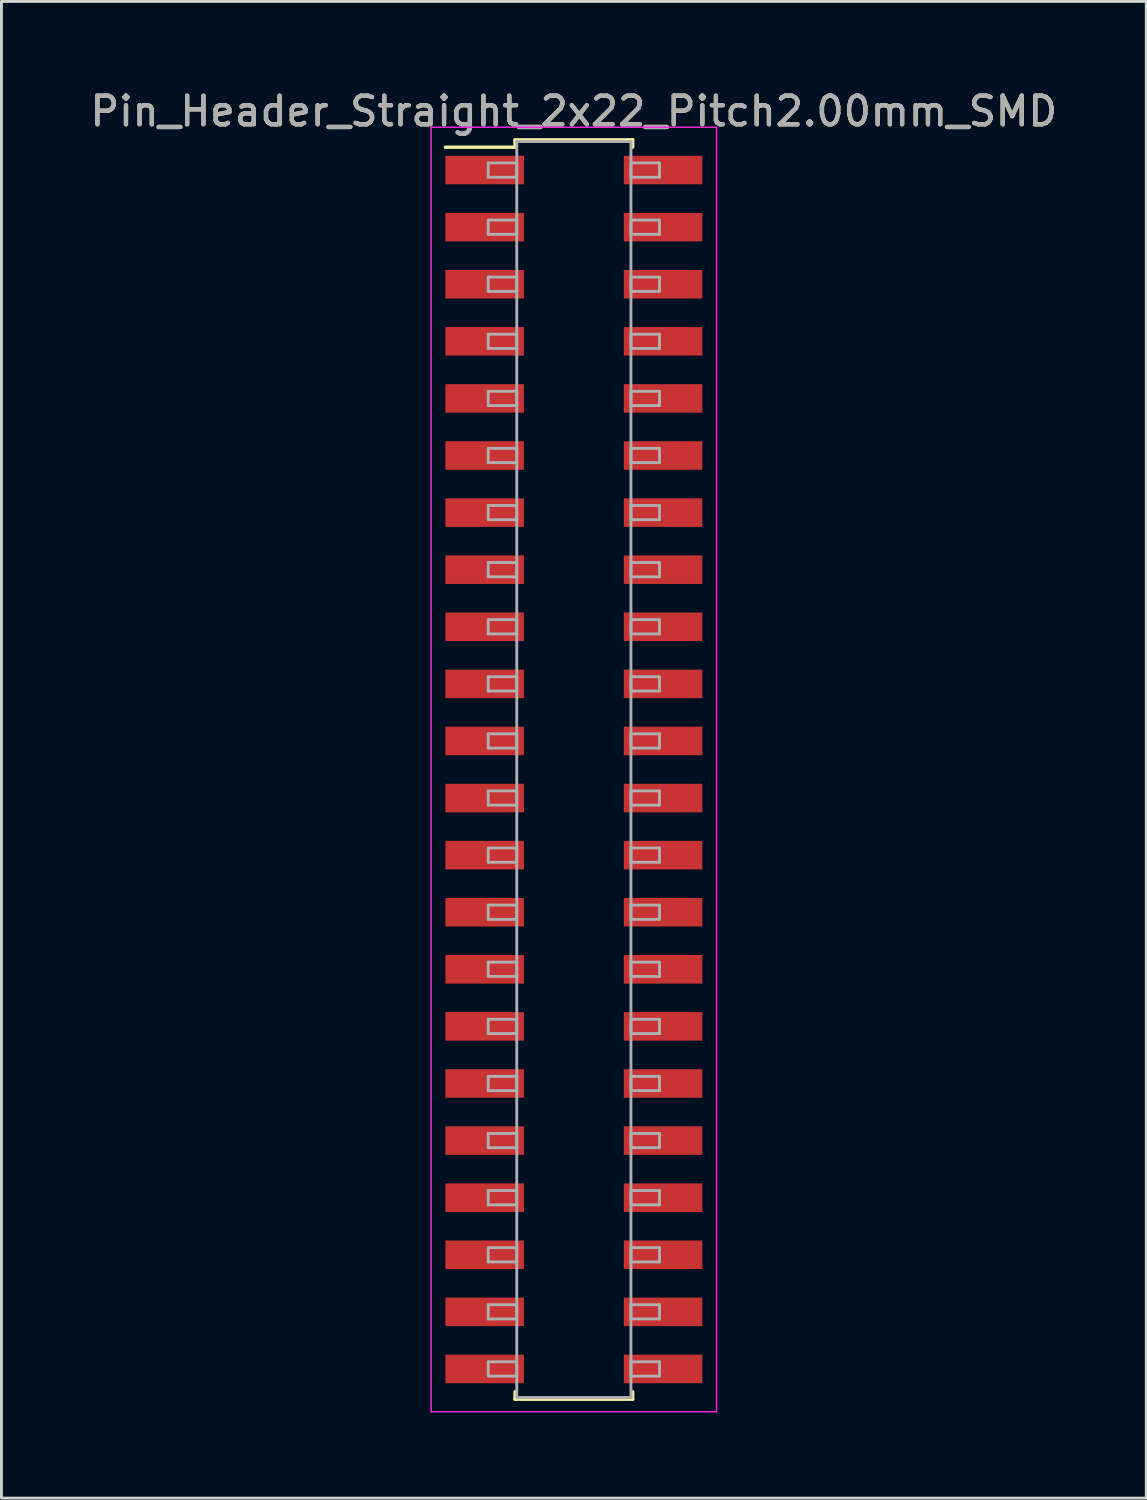
<source format=kicad_pcb>
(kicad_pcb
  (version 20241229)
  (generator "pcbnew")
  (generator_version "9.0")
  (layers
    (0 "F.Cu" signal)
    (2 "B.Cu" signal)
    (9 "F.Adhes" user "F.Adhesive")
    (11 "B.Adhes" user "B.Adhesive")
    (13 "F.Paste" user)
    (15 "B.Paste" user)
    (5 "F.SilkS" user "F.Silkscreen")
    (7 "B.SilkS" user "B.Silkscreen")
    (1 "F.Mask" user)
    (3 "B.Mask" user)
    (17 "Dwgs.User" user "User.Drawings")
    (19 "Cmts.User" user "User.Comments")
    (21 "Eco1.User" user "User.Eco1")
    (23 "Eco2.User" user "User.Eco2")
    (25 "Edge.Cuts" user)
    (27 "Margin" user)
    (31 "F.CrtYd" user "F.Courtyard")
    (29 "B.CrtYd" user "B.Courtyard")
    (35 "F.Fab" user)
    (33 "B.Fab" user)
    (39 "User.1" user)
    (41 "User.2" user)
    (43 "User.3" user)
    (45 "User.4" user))
  (footprint "Pin_Header_Straight_2x22_Pitch2.00mm_SMD"
    (layer "F.Cu")
    (at 17.054 23.908)
    (property "Reference" "Pin_Header_Straight_2x22_Pitch2.00mm_SMD" (at 0 -23.06 0) (layer "F.SilkS") (effects (font (size 1 1) (thickness 0.15))))
    (attr smd)
    (fp_line (start -4.5 -21.8) (end -2.06 -21.8) (stroke (width 0.12) (type solid)) (layer "F.SilkS"))
    (fp_line (start -2.06 -22.06) (end 2.06 -22.06) (stroke (width 0.12) (type solid)) (layer "F.SilkS"))
    (fp_line (start -2.06 -21.8) (end -2.06 -22.06) (stroke (width 0.12) (type solid)) (layer "F.SilkS"))
    (fp_line (start -2.06 21.8) (end -2.06 22.06) (stroke (width 0.12) (type solid)) (layer "F.SilkS"))
    (fp_line (start -2.06 22.06) (end 2.06 22.06) (stroke (width 0.12) (type solid)) (layer "F.SilkS"))
    (fp_line (start 2.06 -22.06) (end 2.06 -21.8) (stroke (width 0.12) (type solid)) (layer "F.SilkS"))
    (fp_line (start 2.06 22.06) (end 2.06 21.8) (stroke (width 0.12) (type solid)) (layer "F.SilkS"))
    (fp_line (start -5 -22.5) (end -5 22.5) (stroke (width 0.05) (type solid)) (layer "F.CrtYd"))
    (fp_line (start -5 22.5) (end 5 22.5) (stroke (width 0.05) (type solid)) (layer "F.CrtYd"))
    (fp_line (start 5 -22.5) (end -5 -22.5) (stroke (width 0.05) (type solid)) (layer "F.CrtYd"))
    (fp_line (start 5 22.5) (end 5 -22.5) (stroke (width 0.05) (type solid)) (layer "F.CrtYd"))
    (fp_line (start -3 -21.25) (end -2 -21.25) (stroke (width 0.1) (type solid)) (layer "F.Fab"))
    (fp_line (start -3 -20.75) (end -3 -21.25) (stroke (width 0.1) (type solid)) (layer "F.Fab"))
    (fp_line (start -3 -19.25) (end -2 -19.25) (stroke (width 0.1) (type solid)) (layer "F.Fab"))
    (fp_line (start -3 -18.75) (end -3 -19.25) (stroke (width 0.1) (type solid)) (layer "F.Fab"))
    (fp_line (start -3 -17.25) (end -2 -17.25) (stroke (width 0.1) (type solid)) (layer "F.Fab"))
    (fp_line (start -3 -16.75) (end -3 -17.25) (stroke (width 0.1) (type solid)) (layer "F.Fab"))
    (fp_line (start -3 -15.25) (end -2 -15.25) (stroke (width 0.1) (type solid)) (layer "F.Fab"))
    (fp_line (start -3 -14.75) (end -3 -15.25) (stroke (width 0.1) (type solid)) (layer "F.Fab"))
    (fp_line (start -3 -13.25) (end -2 -13.25) (stroke (width 0.1) (type solid)) (layer "F.Fab"))
    (fp_line (start -3 -12.75) (end -3 -13.25) (stroke (width 0.1) (type solid)) (layer "F.Fab"))
    (fp_line (start -3 -11.25) (end -2 -11.25) (stroke (width 0.1) (type solid)) (layer "F.Fab"))
    (fp_line (start -3 -10.75) (end -3 -11.25) (stroke (width 0.1) (type solid)) (layer "F.Fab"))
    (fp_line (start -3 -9.25) (end -2 -9.25) (stroke (width 0.1) (type solid)) (layer "F.Fab"))
    (fp_line (start -3 -8.75) (end -3 -9.25) (stroke (width 0.1) (type solid)) (layer "F.Fab"))
    (fp_line (start -3 -7.25) (end -2 -7.25) (stroke (width 0.1) (type solid)) (layer "F.Fab"))
    (fp_line (start -3 -6.75) (end -3 -7.25) (stroke (width 0.1) (type solid)) (layer "F.Fab"))
    (fp_line (start -3 -5.25) (end -2 -5.25) (stroke (width 0.1) (type solid)) (layer "F.Fab"))
    (fp_line (start -3 -4.75) (end -3 -5.25) (stroke (width 0.1) (type solid)) (layer "F.Fab"))
    (fp_line (start -3 -3.25) (end -2 -3.25) (stroke (width 0.1) (type solid)) (layer "F.Fab"))
    (fp_line (start -3 -2.75) (end -3 -3.25) (stroke (width 0.1) (type solid)) (layer "F.Fab"))
    (fp_line (start -3 -1.25) (end -2 -1.25) (stroke (width 0.1) (type solid)) (layer "F.Fab"))
    (fp_line (start -3 -0.75) (end -3 -1.25) (stroke (width 0.1) (type solid)) (layer "F.Fab"))
    (fp_line (start -3 0.75) (end -2 0.75) (stroke (width 0.1) (type solid)) (layer "F.Fab"))
    (fp_line (start -3 1.25) (end -3 0.75) (stroke (width 0.1) (type solid)) (layer "F.Fab"))
    (fp_line (start -3 2.75) (end -2 2.75) (stroke (width 0.1) (type solid)) (layer "F.Fab"))
    (fp_line (start -3 3.25) (end -3 2.75) (stroke (width 0.1) (type solid)) (layer "F.Fab"))
    (fp_line (start -3 4.75) (end -2 4.75) (stroke (width 0.1) (type solid)) (layer "F.Fab"))
    (fp_line (start -3 5.25) (end -3 4.75) (stroke (width 0.1) (type solid)) (layer "F.Fab"))
    (fp_line (start -3 6.75) (end -2 6.75) (stroke (width 0.1) (type solid)) (layer "F.Fab"))
    (fp_line (start -3 7.25) (end -3 6.75) (stroke (width 0.1) (type solid)) (layer "F.Fab"))
    (fp_line (start -3 8.75) (end -2 8.75) (stroke (width 0.1) (type solid)) (layer "F.Fab"))
    (fp_line (start -3 9.25) (end -3 8.75) (stroke (width 0.1) (type solid)) (layer "F.Fab"))
    (fp_line (start -3 10.75) (end -2 10.75) (stroke (width 0.1) (type solid)) (layer "F.Fab"))
    (fp_line (start -3 11.25) (end -3 10.75) (stroke (width 0.1) (type solid)) (layer "F.Fab"))
    (fp_line (start -3 12.75) (end -2 12.75) (stroke (width 0.1) (type solid)) (layer "F.Fab"))
    (fp_line (start -3 13.25) (end -3 12.75) (stroke (width 0.1) (type solid)) (layer "F.Fab"))
    (fp_line (start -3 14.75) (end -2 14.75) (stroke (width 0.1) (type solid)) (layer "F.Fab"))
    (fp_line (start -3 15.25) (end -3 14.75) (stroke (width 0.1) (type solid)) (layer "F.Fab"))
    (fp_line (start -3 16.75) (end -2 16.75) (stroke (width 0.1) (type solid)) (layer "F.Fab"))
    (fp_line (start -3 17.25) (end -3 16.75) (stroke (width 0.1) (type solid)) (layer "F.Fab"))
    (fp_line (start -3 18.75) (end -2 18.75) (stroke (width 0.1) (type solid)) (layer "F.Fab"))
    (fp_line (start -3 19.25) (end -3 18.75) (stroke (width 0.1) (type solid)) (layer "F.Fab"))
    (fp_line (start -3 20.75) (end -2 20.75) (stroke (width 0.1) (type solid)) (layer "F.Fab"))
    (fp_line (start -3 21.25) (end -3 20.75) (stroke (width 0.1) (type solid)) (layer "F.Fab"))
    (fp_line (start -2 -22) (end -2 22) (stroke (width 0.1) (type solid)) (layer "F.Fab"))
    (fp_line (start -2 -21.25) (end -2 -20.75) (stroke (width 0.1) (type solid)) (layer "F.Fab"))
    (fp_line (start -2 -20.75) (end -3 -20.75) (stroke (width 0.1) (type solid)) (layer "F.Fab"))
    (fp_line (start -2 -19.25) (end -2 -18.75) (stroke (width 0.1) (type solid)) (layer "F.Fab"))
    (fp_line (start -2 -18.75) (end -3 -18.75) (stroke (width 0.1) (type solid)) (layer "F.Fab"))
    (fp_line (start -2 -17.25) (end -2 -16.75) (stroke (width 0.1) (type solid)) (layer "F.Fab"))
    (fp_line (start -2 -16.75) (end -3 -16.75) (stroke (width 0.1) (type solid)) (layer "F.Fab"))
    (fp_line (start -2 -15.25) (end -2 -14.75) (stroke (width 0.1) (type solid)) (layer "F.Fab"))
    (fp_line (start -2 -14.75) (end -3 -14.75) (stroke (width 0.1) (type solid)) (layer "F.Fab"))
    (fp_line (start -2 -13.25) (end -2 -12.75) (stroke (width 0.1) (type solid)) (layer "F.Fab"))
    (fp_line (start -2 -12.75) (end -3 -12.75) (stroke (width 0.1) (type solid)) (layer "F.Fab"))
    (fp_line (start -2 -11.25) (end -2 -10.75) (stroke (width 0.1) (type solid)) (layer "F.Fab"))
    (fp_line (start -2 -10.75) (end -3 -10.75) (stroke (width 0.1) (type solid)) (layer "F.Fab"))
    (fp_line (start -2 -9.25) (end -2 -8.75) (stroke (width 0.1) (type solid)) (layer "F.Fab"))
    (fp_line (start -2 -8.75) (end -3 -8.75) (stroke (width 0.1) (type solid)) (layer "F.Fab"))
    (fp_line (start -2 -7.25) (end -2 -6.75) (stroke (width 0.1) (type solid)) (layer "F.Fab"))
    (fp_line (start -2 -6.75) (end -3 -6.75) (stroke (width 0.1) (type solid)) (layer "F.Fab"))
    (fp_line (start -2 -5.25) (end -2 -4.75) (stroke (width 0.1) (type solid)) (layer "F.Fab"))
    (fp_line (start -2 -4.75) (end -3 -4.75) (stroke (width 0.1) (type solid)) (layer "F.Fab"))
    (fp_line (start -2 -3.25) (end -2 -2.75) (stroke (width 0.1) (type solid)) (layer "F.Fab"))
    (fp_line (start -2 -2.75) (end -3 -2.75) (stroke (width 0.1) (type solid)) (layer "F.Fab"))
    (fp_line (start -2 -1.25) (end -2 -0.75) (stroke (width 0.1) (type solid)) (layer "F.Fab"))
    (fp_line (start -2 -0.75) (end -3 -0.75) (stroke (width 0.1) (type solid)) (layer "F.Fab"))
    (fp_line (start -2 0.75) (end -2 1.25) (stroke (width 0.1) (type solid)) (layer "F.Fab"))
    (fp_line (start -2 1.25) (end -3 1.25) (stroke (width 0.1) (type solid)) (layer "F.Fab"))
    (fp_line (start -2 2.75) (end -2 3.25) (stroke (width 0.1) (type solid)) (layer "F.Fab"))
    (fp_line (start -2 3.25) (end -3 3.25) (stroke (width 0.1) (type solid)) (layer "F.Fab"))
    (fp_line (start -2 4.75) (end -2 5.25) (stroke (width 0.1) (type solid)) (layer "F.Fab"))
    (fp_line (start -2 5.25) (end -3 5.25) (stroke (width 0.1) (type solid)) (layer "F.Fab"))
    (fp_line (start -2 6.75) (end -2 7.25) (stroke (width 0.1) (type solid)) (layer "F.Fab"))
    (fp_line (start -2 7.25) (end -3 7.25) (stroke (width 0.1) (type solid)) (layer "F.Fab"))
    (fp_line (start -2 8.75) (end -2 9.25) (stroke (width 0.1) (type solid)) (layer "F.Fab"))
    (fp_line (start -2 9.25) (end -3 9.25) (stroke (width 0.1) (type solid)) (layer "F.Fab"))
    (fp_line (start -2 10.75) (end -2 11.25) (stroke (width 0.1) (type solid)) (layer "F.Fab"))
    (fp_line (start -2 11.25) (end -3 11.25) (stroke (width 0.1) (type solid)) (layer "F.Fab"))
    (fp_line (start -2 12.75) (end -2 13.25) (stroke (width 0.1) (type solid)) (layer "F.Fab"))
    (fp_line (start -2 13.25) (end -3 13.25) (stroke (width 0.1) (type solid)) (layer "F.Fab"))
    (fp_line (start -2 14.75) (end -2 15.25) (stroke (width 0.1) (type solid)) (layer "F.Fab"))
    (fp_line (start -2 15.25) (end -3 15.25) (stroke (width 0.1) (type solid)) (layer "F.Fab"))
    (fp_line (start -2 16.75) (end -2 17.25) (stroke (width 0.1) (type solid)) (layer "F.Fab"))
    (fp_line (start -2 17.25) (end -3 17.25) (stroke (width 0.1) (type solid)) (layer "F.Fab"))
    (fp_line (start -2 18.75) (end -2 19.25) (stroke (width 0.1) (type solid)) (layer "F.Fab"))
    (fp_line (start -2 19.25) (end -3 19.25) (stroke (width 0.1) (type solid)) (layer "F.Fab"))
    (fp_line (start -2 20.75) (end -2 21.25) (stroke (width 0.1) (type solid)) (layer "F.Fab"))
    (fp_line (start -2 21.25) (end -3 21.25) (stroke (width 0.1) (type solid)) (layer "F.Fab"))
    (fp_line (start -2 22) (end 2 22) (stroke (width 0.1) (type solid)) (layer "F.Fab"))
    (fp_line (start 2 -22) (end -2 -22) (stroke (width 0.1) (type solid)) (layer "F.Fab"))
    (fp_line (start 2 -21.25) (end 2 -20.75) (stroke (width 0.1) (type solid)) (layer "F.Fab"))
    (fp_line (start 2 -20.75) (end 3 -20.75) (stroke (width 0.1) (type solid)) (layer "F.Fab"))
    (fp_line (start 2 -19.25) (end 2 -18.75) (stroke (width 0.1) (type solid)) (layer "F.Fab"))
    (fp_line (start 2 -18.75) (end 3 -18.75) (stroke (width 0.1) (type solid)) (layer "F.Fab"))
    (fp_line (start 2 -17.25) (end 2 -16.75) (stroke (width 0.1) (type solid)) (layer "F.Fab"))
    (fp_line (start 2 -16.75) (end 3 -16.75) (stroke (width 0.1) (type solid)) (layer "F.Fab"))
    (fp_line (start 2 -15.25) (end 2 -14.75) (stroke (width 0.1) (type solid)) (layer "F.Fab"))
    (fp_line (start 2 -14.75) (end 3 -14.75) (stroke (width 0.1) (type solid)) (layer "F.Fab"))
    (fp_line (start 2 -13.25) (end 2 -12.75) (stroke (width 0.1) (type solid)) (layer "F.Fab"))
    (fp_line (start 2 -12.75) (end 3 -12.75) (stroke (width 0.1) (type solid)) (layer "F.Fab"))
    (fp_line (start 2 -11.25) (end 2 -10.75) (stroke (width 0.1) (type solid)) (layer "F.Fab"))
    (fp_line (start 2 -10.75) (end 3 -10.75) (stroke (width 0.1) (type solid)) (layer "F.Fab"))
    (fp_line (start 2 -9.25) (end 2 -8.75) (stroke (width 0.1) (type solid)) (layer "F.Fab"))
    (fp_line (start 2 -8.75) (end 3 -8.75) (stroke (width 0.1) (type solid)) (layer "F.Fab"))
    (fp_line (start 2 -7.25) (end 2 -6.75) (stroke (width 0.1) (type solid)) (layer "F.Fab"))
    (fp_line (start 2 -6.75) (end 3 -6.75) (stroke (width 0.1) (type solid)) (layer "F.Fab"))
    (fp_line (start 2 -5.25) (end 2 -4.75) (stroke (width 0.1) (type solid)) (layer "F.Fab"))
    (fp_line (start 2 -4.75) (end 3 -4.75) (stroke (width 0.1) (type solid)) (layer "F.Fab"))
    (fp_line (start 2 -3.25) (end 2 -2.75) (stroke (width 0.1) (type solid)) (layer "F.Fab"))
    (fp_line (start 2 -2.75) (end 3 -2.75) (stroke (width 0.1) (type solid)) (layer "F.Fab"))
    (fp_line (start 2 -1.25) (end 2 -0.75) (stroke (width 0.1) (type solid)) (layer "F.Fab"))
    (fp_line (start 2 -0.75) (end 3 -0.75) (stroke (width 0.1) (type solid)) (layer "F.Fab"))
    (fp_line (start 2 0.75) (end 2 1.25) (stroke (width 0.1) (type solid)) (layer "F.Fab"))
    (fp_line (start 2 1.25) (end 3 1.25) (stroke (width 0.1) (type solid)) (layer "F.Fab"))
    (fp_line (start 2 2.75) (end 2 3.25) (stroke (width 0.1) (type solid)) (layer "F.Fab"))
    (fp_line (start 2 3.25) (end 3 3.25) (stroke (width 0.1) (type solid)) (layer "F.Fab"))
    (fp_line (start 2 4.75) (end 2 5.25) (stroke (width 0.1) (type solid)) (layer "F.Fab"))
    (fp_line (start 2 5.25) (end 3 5.25) (stroke (width 0.1) (type solid)) (layer "F.Fab"))
    (fp_line (start 2 6.75) (end 2 7.25) (stroke (width 0.1) (type solid)) (layer "F.Fab"))
    (fp_line (start 2 7.25) (end 3 7.25) (stroke (width 0.1) (type solid)) (layer "F.Fab"))
    (fp_line (start 2 8.75) (end 2 9.25) (stroke (width 0.1) (type solid)) (layer "F.Fab"))
    (fp_line (start 2 9.25) (end 3 9.25) (stroke (width 0.1) (type solid)) (layer "F.Fab"))
    (fp_line (start 2 10.75) (end 2 11.25) (stroke (width 0.1) (type solid)) (layer "F.Fab"))
    (fp_line (start 2 11.25) (end 3 11.25) (stroke (width 0.1) (type solid)) (layer "F.Fab"))
    (fp_line (start 2 12.75) (end 2 13.25) (stroke (width 0.1) (type solid)) (layer "F.Fab"))
    (fp_line (start 2 13.25) (end 3 13.25) (stroke (width 0.1) (type solid)) (layer "F.Fab"))
    (fp_line (start 2 14.75) (end 2 15.25) (stroke (width 0.1) (type solid)) (layer "F.Fab"))
    (fp_line (start 2 15.25) (end 3 15.25) (stroke (width 0.1) (type solid)) (layer "F.Fab"))
    (fp_line (start 2 16.75) (end 2 17.25) (stroke (width 0.1) (type solid)) (layer "F.Fab"))
    (fp_line (start 2 17.25) (end 3 17.25) (stroke (width 0.1) (type solid)) (layer "F.Fab"))
    (fp_line (start 2 18.75) (end 2 19.25) (stroke (width 0.1) (type solid)) (layer "F.Fab"))
    (fp_line (start 2 19.25) (end 3 19.25) (stroke (width 0.1) (type solid)) (layer "F.Fab"))
    (fp_line (start 2 20.75) (end 2 21.25) (stroke (width 0.1) (type solid)) (layer "F.Fab"))
    (fp_line (start 2 21.25) (end 3 21.25) (stroke (width 0.1) (type solid)) (layer "F.Fab"))
    (fp_line (start 2 22) (end 2 -22) (stroke (width 0.1) (type solid)) (layer "F.Fab"))
    (fp_line (start 3 -21.25) (end 2 -21.25) (stroke (width 0.1) (type solid)) (layer "F.Fab"))
    (fp_line (start 3 -20.75) (end 3 -21.25) (stroke (width 0.1) (type solid)) (layer "F.Fab"))
    (fp_line (start 3 -19.25) (end 2 -19.25) (stroke (width 0.1) (type solid)) (layer "F.Fab"))
    (fp_line (start 3 -18.75) (end 3 -19.25) (stroke (width 0.1) (type solid)) (layer "F.Fab"))
    (fp_line (start 3 -17.25) (end 2 -17.25) (stroke (width 0.1) (type solid)) (layer "F.Fab"))
    (fp_line (start 3 -16.75) (end 3 -17.25) (stroke (width 0.1) (type solid)) (layer "F.Fab"))
    (fp_line (start 3 -15.25) (end 2 -15.25) (stroke (width 0.1) (type solid)) (layer "F.Fab"))
    (fp_line (start 3 -14.75) (end 3 -15.25) (stroke (width 0.1) (type solid)) (layer "F.Fab"))
    (fp_line (start 3 -13.25) (end 2 -13.25) (stroke (width 0.1) (type solid)) (layer "F.Fab"))
    (fp_line (start 3 -12.75) (end 3 -13.25) (stroke (width 0.1) (type solid)) (layer "F.Fab"))
    (fp_line (start 3 -11.25) (end 2 -11.25) (stroke (width 0.1) (type solid)) (layer "F.Fab"))
    (fp_line (start 3 -10.75) (end 3 -11.25) (stroke (width 0.1) (type solid)) (layer "F.Fab"))
    (fp_line (start 3 -9.25) (end 2 -9.25) (stroke (width 0.1) (type solid)) (layer "F.Fab"))
    (fp_line (start 3 -8.75) (end 3 -9.25) (stroke (width 0.1) (type solid)) (layer "F.Fab"))
    (fp_line (start 3 -7.25) (end 2 -7.25) (stroke (width 0.1) (type solid)) (layer "F.Fab"))
    (fp_line (start 3 -6.75) (end 3 -7.25) (stroke (width 0.1) (type solid)) (layer "F.Fab"))
    (fp_line (start 3 -5.25) (end 2 -5.25) (stroke (width 0.1) (type solid)) (layer "F.Fab"))
    (fp_line (start 3 -4.75) (end 3 -5.25) (stroke (width 0.1) (type solid)) (layer "F.Fab"))
    (fp_line (start 3 -3.25) (end 2 -3.25) (stroke (width 0.1) (type solid)) (layer "F.Fab"))
    (fp_line (start 3 -2.75) (end 3 -3.25) (stroke (width 0.1) (type solid)) (layer "F.Fab"))
    (fp_line (start 3 -1.25) (end 2 -1.25) (stroke (width 0.1) (type solid)) (layer "F.Fab"))
    (fp_line (start 3 -0.75) (end 3 -1.25) (stroke (width 0.1) (type solid)) (layer "F.Fab"))
    (fp_line (start 3 0.75) (end 2 0.75) (stroke (width 0.1) (type solid)) (layer "F.Fab"))
    (fp_line (start 3 1.25) (end 3 0.75) (stroke (width 0.1) (type solid)) (layer "F.Fab"))
    (fp_line (start 3 2.75) (end 2 2.75) (stroke (width 0.1) (type solid)) (layer "F.Fab"))
    (fp_line (start 3 3.25) (end 3 2.75) (stroke (width 0.1) (type solid)) (layer "F.Fab"))
    (fp_line (start 3 4.75) (end 2 4.75) (stroke (width 0.1) (type solid)) (layer "F.Fab"))
    (fp_line (start 3 5.25) (end 3 4.75) (stroke (width 0.1) (type solid)) (layer "F.Fab"))
    (fp_line (start 3 6.75) (end 2 6.75) (stroke (width 0.1) (type solid)) (layer "F.Fab"))
    (fp_line (start 3 7.25) (end 3 6.75) (stroke (width 0.1) (type solid)) (layer "F.Fab"))
    (fp_line (start 3 8.75) (end 2 8.75) (stroke (width 0.1) (type solid)) (layer "F.Fab"))
    (fp_line (start 3 9.25) (end 3 8.75) (stroke (width 0.1) (type solid)) (layer "F.Fab"))
    (fp_line (start 3 10.75) (end 2 10.75) (stroke (width 0.1) (type solid)) (layer "F.Fab"))
    (fp_line (start 3 11.25) (end 3 10.75) (stroke (width 0.1) (type solid)) (layer "F.Fab"))
    (fp_line (start 3 12.75) (end 2 12.75) (stroke (width 0.1) (type solid)) (layer "F.Fab"))
    (fp_line (start 3 13.25) (end 3 12.75) (stroke (width 0.1) (type solid)) (layer "F.Fab"))
    (fp_line (start 3 14.75) (end 2 14.75) (stroke (width 0.1) (type solid)) (layer "F.Fab"))
    (fp_line (start 3 15.25) (end 3 14.75) (stroke (width 0.1) (type solid)) (layer "F.Fab"))
    (fp_line (start 3 16.75) (end 2 16.75) (stroke (width 0.1) (type solid)) (layer "F.Fab"))
    (fp_line (start 3 17.25) (end 3 16.75) (stroke (width 0.1) (type solid)) (layer "F.Fab"))
    (fp_line (start 3 18.75) (end 2 18.75) (stroke (width 0.1) (type solid)) (layer "F.Fab"))
    (fp_line (start 3 19.25) (end 3 18.75) (stroke (width 0.1) (type solid)) (layer "F.Fab"))
    (fp_line (start 3 20.75) (end 2 20.75) (stroke (width 0.1) (type solid)) (layer "F.Fab"))
    (fp_line (start 3 21.25) (end 3 20.75) (stroke (width 0.1) (type solid)) (layer "F.Fab"))
    (fp_text user "${REFERENCE}" (at 0 -23.06 0) (layer "F.Fab") (effects (font (size 1 1) (thickness 0.15))))
    (pad "1" smd rect (at -3.125 -21) (size 2.75 1) (layers "F.Cu" "F.Mask" "F.Paste"))
    (pad "2" smd rect (at 3.125 -21) (size 2.75 1) (layers "F.Cu" "F.Mask" "F.Paste"))
    (pad "3" smd rect (at -3.125 -19) (size 2.75 1) (layers "F.Cu" "F.Mask" "F.Paste"))
    (pad "4" smd rect (at 3.125 -19) (size 2.75 1) (layers "F.Cu" "F.Mask" "F.Paste"))
    (pad "5" smd rect (at -3.125 -17) (size 2.75 1) (layers "F.Cu" "F.Mask" "F.Paste"))
    (pad "6" smd rect (at 3.125 -17) (size 2.75 1) (layers "F.Cu" "F.Mask" "F.Paste"))
    (pad "7" smd rect (at -3.125 -15) (size 2.75 1) (layers "F.Cu" "F.Mask" "F.Paste"))
    (pad "8" smd rect (at 3.125 -15) (size 2.75 1) (layers "F.Cu" "F.Mask" "F.Paste"))
    (pad "9" smd rect (at -3.125 -13) (size 2.75 1) (layers "F.Cu" "F.Mask" "F.Paste"))
    (pad "10" smd rect (at 3.125 -13) (size 2.75 1) (layers "F.Cu" "F.Mask" "F.Paste"))
    (pad "11" smd rect (at -3.125 -11) (size 2.75 1) (layers "F.Cu" "F.Mask" "F.Paste"))
    (pad "12" smd rect (at 3.125 -11) (size 2.75 1) (layers "F.Cu" "F.Mask" "F.Paste"))
    (pad "13" smd rect (at -3.125 -9) (size 2.75 1) (layers "F.Cu" "F.Mask" "F.Paste"))
    (pad "14" smd rect (at 3.125 -9) (size 2.75 1) (layers "F.Cu" "F.Mask" "F.Paste"))
    (pad "15" smd rect (at -3.125 -7) (size 2.75 1) (layers "F.Cu" "F.Mask" "F.Paste"))
    (pad "16" smd rect (at 3.125 -7) (size 2.75 1) (layers "F.Cu" "F.Mask" "F.Paste"))
    (pad "17" smd rect (at -3.125 -5) (size 2.75 1) (layers "F.Cu" "F.Mask" "F.Paste"))
    (pad "18" smd rect (at 3.125 -5) (size 2.75 1) (layers "F.Cu" "F.Mask" "F.Paste"))
    (pad "19" smd rect (at -3.125 -3) (size 2.75 1) (layers "F.Cu" "F.Mask" "F.Paste"))
    (pad "20" smd rect (at 3.125 -3) (size 2.75 1) (layers "F.Cu" "F.Mask" "F.Paste"))
    (pad "21" smd rect (at -3.125 -1) (size 2.75 1) (layers "F.Cu" "F.Mask" "F.Paste"))
    (pad "22" smd rect (at 3.125 -1) (size 2.75 1) (layers "F.Cu" "F.Mask" "F.Paste"))
    (pad "23" smd rect (at -3.125 1) (size 2.75 1) (layers "F.Cu" "F.Mask" "F.Paste"))
    (pad "24" smd rect (at 3.125 1) (size 2.75 1) (layers "F.Cu" "F.Mask" "F.Paste"))
    (pad "25" smd rect (at -3.125 3) (size 2.75 1) (layers "F.Cu" "F.Mask" "F.Paste"))
    (pad "26" smd rect (at 3.125 3) (size 2.75 1) (layers "F.Cu" "F.Mask" "F.Paste"))
    (pad "27" smd rect (at -3.125 5) (size 2.75 1) (layers "F.Cu" "F.Mask" "F.Paste"))
    (pad "28" smd rect (at 3.125 5) (size 2.75 1) (layers "F.Cu" "F.Mask" "F.Paste"))
    (pad "29" smd rect (at -3.125 7) (size 2.75 1) (layers "F.Cu" "F.Mask" "F.Paste"))
    (pad "30" smd rect (at 3.125 7) (size 2.75 1) (layers "F.Cu" "F.Mask" "F.Paste"))
    (pad "31" smd rect (at -3.125 9) (size 2.75 1) (layers "F.Cu" "F.Mask" "F.Paste"))
    (pad "32" smd rect (at 3.125 9) (size 2.75 1) (layers "F.Cu" "F.Mask" "F.Paste"))
    (pad "33" smd rect (at -3.125 11) (size 2.75 1) (layers "F.Cu" "F.Mask" "F.Paste"))
    (pad "34" smd rect (at 3.125 11) (size 2.75 1) (layers "F.Cu" "F.Mask" "F.Paste"))
    (pad "35" smd rect (at -3.125 13) (size 2.75 1) (layers "F.Cu" "F.Mask" "F.Paste"))
    (pad "36" smd rect (at 3.125 13) (size 2.75 1) (layers "F.Cu" "F.Mask" "F.Paste"))
    (pad "37" smd rect (at -3.125 15) (size 2.75 1) (layers "F.Cu" "F.Mask" "F.Paste"))
    (pad "38" smd rect (at 3.125 15) (size 2.75 1) (layers "F.Cu" "F.Mask" "F.Paste"))
    (pad "39" smd rect (at -3.125 17) (size 2.75 1) (layers "F.Cu" "F.Mask" "F.Paste"))
    (pad "40" smd rect (at 3.125 17) (size 2.75 1) (layers "F.Cu" "F.Mask" "F.Paste"))
    (pad "41" smd rect (at -3.125 19) (size 2.75 1) (layers "F.Cu" "F.Mask" "F.Paste"))
    (pad "42" smd rect (at 3.125 19) (size 2.75 1) (layers "F.Cu" "F.Mask" "F.Paste"))
    (pad "43" smd rect (at -3.125 21) (size 2.75 1) (layers "F.Cu" "F.Mask" "F.Paste"))
    (pad "44" smd rect (at 3.125 21) (size 2.75 1) (layers "F.Cu" "F.Mask" "F.Paste")))
  (gr_rect
    (start -3 -3)
    (end 37.107 49.433)
    (stroke (width 0.1) (type default))
    (fill no)
    (layer "Edge.Cuts")))
</source>
